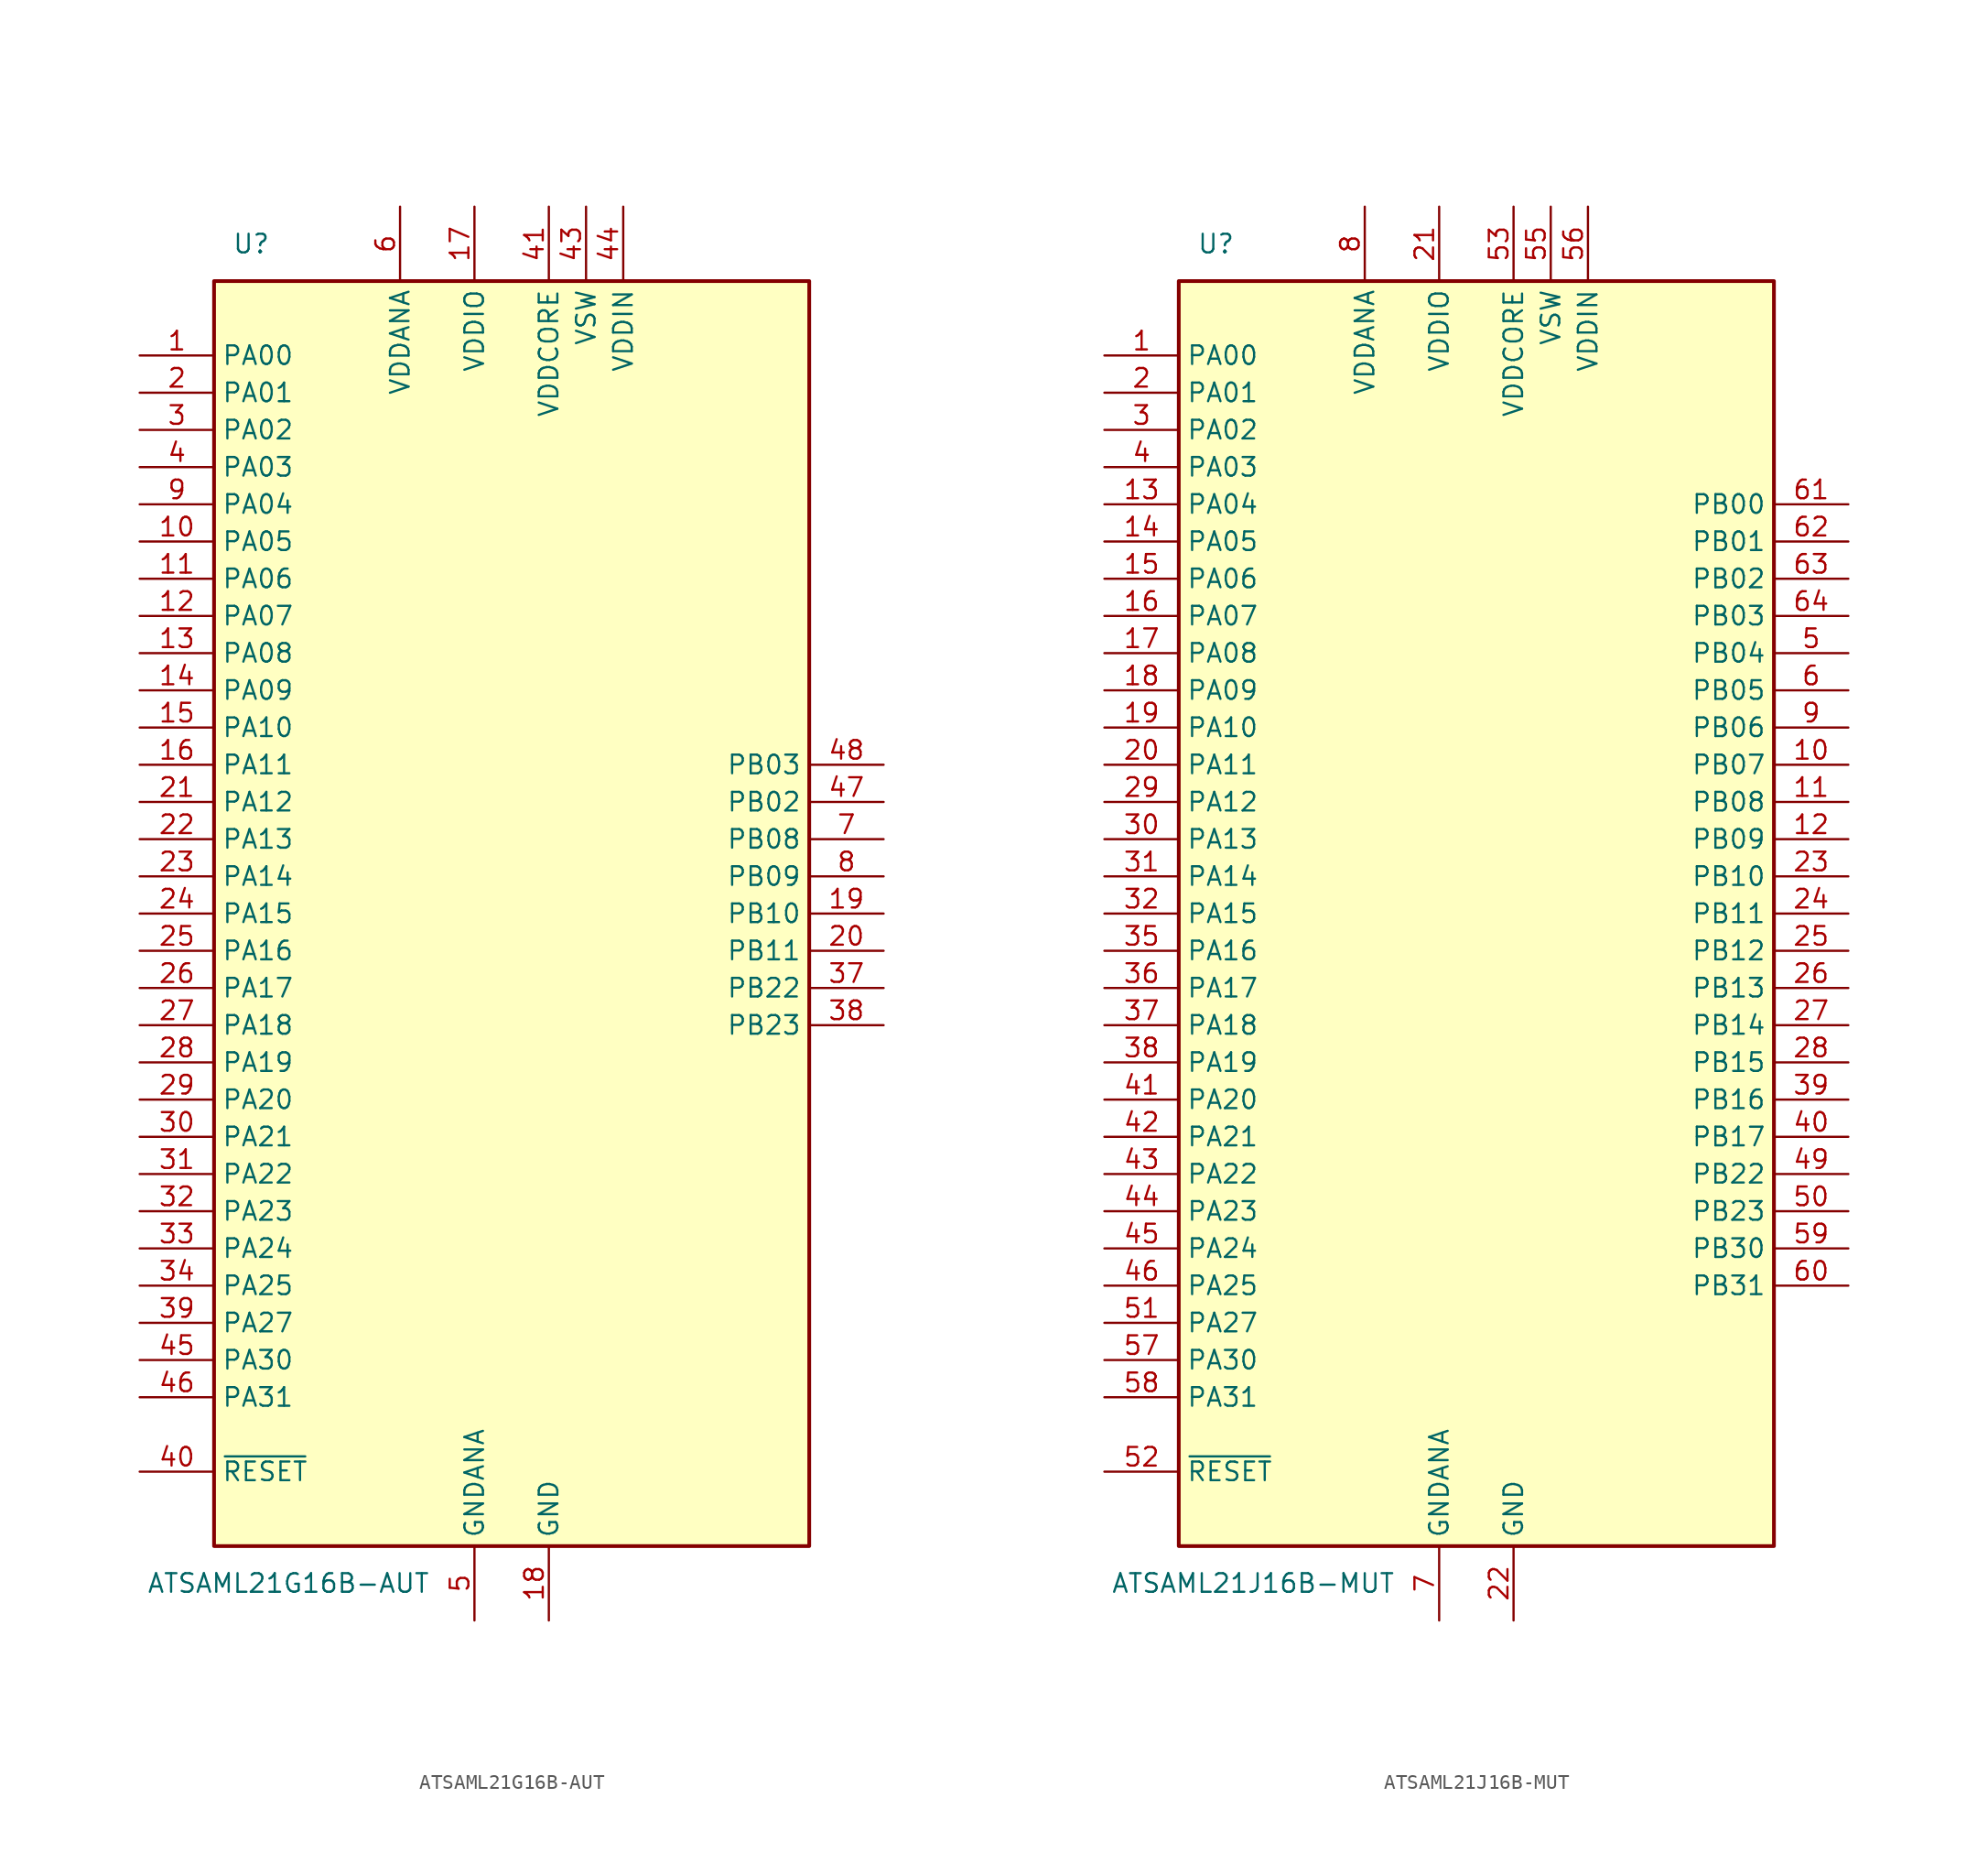
<source format=kicad_sym>
(kicad_symbol_lib
  (version 20220914)
  (generator kicad_symbol_editor)
  (symbol "ATSAML21G16B-AUT"
    (property "Reference" "U"
      (at -17.78 45.72 0)
      (effects (font (size 1.27 1.27))))
    (property "Value" "ATSAML21G16B-AUT"
      (at -15.24 -45.72 0)
      (effects (font (size 1.27 1.27))))
    (symbol "ATSAML21G16B-AUT_0_1"
      (rectangle (start -20.32 43.18) (end 20.32 -43.18) (stroke (width 0.254) (type default)) (fill (type background))))
    (symbol "ATSAML21G16B-AUT_1_1"
      (pin bidirectional line (at -25.4 38.1 0) (length 5.08) (name "PA00" (effects (font (size 1.27 1.27)))) (number "1" (effects (font (size 1.27 1.27)))))
      (pin bidirectional line (at -25.4 25.4 0) (length 5.08) (name "PA05" (effects (font (size 1.27 1.27)))) (number "10" (effects (font (size 1.27 1.27)))))
      (pin bidirectional line (at -25.4 22.86 0) (length 5.08) (name "PA06" (effects (font (size 1.27 1.27)))) (number "11" (effects (font (size 1.27 1.27)))))
      (pin bidirectional line (at -25.4 20.32 0) (length 5.08) (name "PA07" (effects (font (size 1.27 1.27)))) (number "12" (effects (font (size 1.27 1.27)))))
      (pin bidirectional line (at -25.4 17.78 0) (length 5.08) (name "PA08" (effects (font (size 1.27 1.27)))) (number "13" (effects (font (size 1.27 1.27)))))
      (pin bidirectional line (at -25.4 15.24 0) (length 5.08) (name "PA09" (effects (font (size 1.27 1.27)))) (number "14" (effects (font (size 1.27 1.27)))))
      (pin bidirectional line (at -25.4 12.7 0) (length 5.08) (name "PA10" (effects (font (size 1.27 1.27)))) (number "15" (effects (font (size 1.27 1.27)))))
      (pin bidirectional line (at -25.4 10.16 0) (length 5.08) (name "PA11" (effects (font (size 1.27 1.27)))) (number "16" (effects (font (size 1.27 1.27)))))
      (pin power_in line (at -2.54 48.26 270) (length 5.08) (name "VDDIO" (effects (font (size 1.27 1.27)))) (number "17" (effects (font (size 1.27 1.27)))))
      (pin power_in line (at 2.54 -48.26 90) (length 5.08) (name "GND" (effects (font (size 1.27 1.27)))) (number "18" (effects (font (size 1.27 1.27)))))
      (pin bidirectional line (at 25.4 0 180) (length 5.08) (name "PB10" (effects (font (size 1.27 1.27)))) (number "19" (effects (font (size 1.27 1.27)))))
      (pin bidirectional line (at -25.4 35.56 0) (length 5.08) (name "PA01" (effects (font (size 1.27 1.27)))) (number "2" (effects (font (size 1.27 1.27)))))
      (pin bidirectional line (at 25.4 -2.54 180) (length 5.08) (name "PB11" (effects (font (size 1.27 1.27)))) (number "20" (effects (font (size 1.27 1.27)))))
      (pin bidirectional line (at -25.4 7.62 0) (length 5.08) (name "PA12" (effects (font (size 1.27 1.27)))) (number "21" (effects (font (size 1.27 1.27)))))
      (pin bidirectional line (at -25.4 5.08 0) (length 5.08) (name "PA13" (effects (font (size 1.27 1.27)))) (number "22" (effects (font (size 1.27 1.27)))))
      (pin bidirectional line (at -25.4 2.54 0) (length 5.08) (name "PA14" (effects (font (size 1.27 1.27)))) (number "23" (effects (font (size 1.27 1.27)))))
      (pin bidirectional line (at -25.4 0 0) (length 5.08) (name "PA15" (effects (font (size 1.27 1.27)))) (number "24" (effects (font (size 1.27 1.27)))))
      (pin bidirectional line (at -25.4 -2.54 0) (length 5.08) (name "PA16" (effects (font (size 1.27 1.27)))) (number "25" (effects (font (size 1.27 1.27)))))
      (pin bidirectional line (at -25.4 -5.08 0) (length 5.08) (name "PA17" (effects (font (size 1.27 1.27)))) (number "26" (effects (font (size 1.27 1.27)))))
      (pin bidirectional line (at -25.4 -7.62 0) (length 5.08) (name "PA18" (effects (font (size 1.27 1.27)))) (number "27" (effects (font (size 1.27 1.27)))))
      (pin bidirectional line (at -25.4 -10.16 0) (length 5.08) (name "PA19" (effects (font (size 1.27 1.27)))) (number "28" (effects (font (size 1.27 1.27)))))
      (pin bidirectional line (at -25.4 -12.7 0) (length 5.08) (name "PA20" (effects (font (size 1.27 1.27)))) (number "29" (effects (font (size 1.27 1.27)))))
      (pin bidirectional line (at -25.4 33.02 0) (length 5.08) (name "PA02" (effects (font (size 1.27 1.27)))) (number "3" (effects (font (size 1.27 1.27)))))
      (pin bidirectional line (at -25.4 -15.24 0) (length 5.08) (name "PA21" (effects (font (size 1.27 1.27)))) (number "30" (effects (font (size 1.27 1.27)))))
      (pin bidirectional line (at -25.4 -17.78 0) (length 5.08) (name "PA22" (effects (font (size 1.27 1.27)))) (number "31" (effects (font (size 1.27 1.27)))))
      (pin bidirectional line (at -25.4 -20.32 0) (length 5.08) (name "PA23" (effects (font (size 1.27 1.27)))) (number "32" (effects (font (size 1.27 1.27)))))
      (pin bidirectional line (at -25.4 -22.86 0) (length 5.08) (name "PA24" (effects (font (size 1.27 1.27)))) (number "33" (effects (font (size 1.27 1.27)))))
      (pin bidirectional line (at -25.4 -25.4 0) (length 5.08) (name "PA25" (effects (font (size 1.27 1.27)))) (number "34" (effects (font (size 1.27 1.27)))))
      (pin passive line (at 2.54 -48.26 90) (length 5.08) hide (name "GND" (effects (font (size 1.27 1.27)))) (number "35" (effects (font (size 1.27 1.27)))))
      (pin passive line (at -2.54 48.26 270) (length 5.08) hide (name "VDDIO" (effects (font (size 1.27 1.27)))) (number "36" (effects (font (size 1.27 1.27)))))
      (pin bidirectional line (at 25.4 -5.08 180) (length 5.08) (name "PB22" (effects (font (size 1.27 1.27)))) (number "37" (effects (font (size 1.27 1.27)))))
      (pin bidirectional line (at 25.4 -7.62 180) (length 5.08) (name "PB23" (effects (font (size 1.27 1.27)))) (number "38" (effects (font (size 1.27 1.27)))))
      (pin bidirectional line (at -25.4 -27.94 0) (length 5.08) (name "PA27" (effects (font (size 1.27 1.27)))) (number "39" (effects (font (size 1.27 1.27)))))
      (pin bidirectional line (at -25.4 30.48 0) (length 5.08) (name "PA03" (effects (font (size 1.27 1.27)))) (number "4" (effects (font (size 1.27 1.27)))))
      (pin input line (at -25.4 -38.1 0) (length 5.08) (name "~{RESET}" (effects (font (size 1.27 1.27)))) (number "40" (effects (font (size 1.27 1.27)))))
      (pin bidirectional line (at 2.54 48.26 270) (length 5.08) (name "VDDCORE" (effects (font (size 1.27 1.27)))) (number "41" (effects (font (size 1.27 1.27)))))
      (pin passive line (at 2.54 -48.26 90) (length 5.08) hide (name "GND" (effects (font (size 1.27 1.27)))) (number "42" (effects (font (size 1.27 1.27)))))
      (pin bidirectional line (at 5.08 48.26 270) (length 5.08) (name "VSW" (effects (font (size 1.27 1.27)))) (number "43" (effects (font (size 1.27 1.27)))))
      (pin bidirectional line (at 7.62 48.26 270) (length 5.08) (name "VDDIN" (effects (font (size 1.27 1.27)))) (number "44" (effects (font (size 1.27 1.27)))))
      (pin bidirectional line (at -25.4 -30.48 0) (length 5.08) (name "PA30" (effects (font (size 1.27 1.27)))) (number "45" (effects (font (size 1.27 1.27)))))
      (pin bidirectional line (at -25.4 -33.02 0) (length 5.08) (name "PA31" (effects (font (size 1.27 1.27)))) (number "46" (effects (font (size 1.27 1.27)))))
      (pin bidirectional line (at 25.4 7.62 180) (length 5.08) (name "PB02" (effects (font (size 1.27 1.27)))) (number "47" (effects (font (size 1.27 1.27)))))
      (pin bidirectional line (at 25.4 10.16 180) (length 5.08) (name "PB03" (effects (font (size 1.27 1.27)))) (number "48" (effects (font (size 1.27 1.27)))))
      (pin power_in line (at -2.54 -48.26 90) (length 5.08) (name "GNDANA" (effects (font (size 1.27 1.27)))) (number "5" (effects (font (size 1.27 1.27)))))
      (pin bidirectional line (at -7.62 48.26 270) (length 5.08) (name "VDDANA" (effects (font (size 1.27 1.27)))) (number "6" (effects (font (size 1.27 1.27)))))
      (pin bidirectional line (at 25.4 5.08 180) (length 5.08) (name "PB08" (effects (font (size 1.27 1.27)))) (number "7" (effects (font (size 1.27 1.27)))))
      (pin bidirectional line (at 25.4 2.54 180) (length 5.08) (name "PB09" (effects (font (size 1.27 1.27)))) (number "8" (effects (font (size 1.27 1.27)))))
      (pin bidirectional line (at -25.4 27.94 0) (length 5.08) (name "PA04" (effects (font (size 1.27 1.27)))) (number "9" (effects (font (size 1.27 1.27)))))))
  (symbol "ATSAML21J16B-MUT"
    (property "Reference" "U"
      (at -17.78 45.72 0)
      (effects (font (size 1.27 1.27))))
    (property "Value" "ATSAML21J16B-MUT"
      (at -15.24 -45.72 0)
      (effects (font (size 1.27 1.27))))
    (symbol "ATSAML21J16B-MUT_0_1"
      (rectangle (start -20.32 43.18) (end 20.32 -43.18) (stroke (width 0.254) (type default)) (fill (type background))))
    (symbol "ATSAML21J16B-MUT_1_1"
      (pin bidirectional line (at -25.4 38.1 0) (length 5.08) (name "PA00" (effects (font (size 1.27 1.27)))) (number "1" (effects (font (size 1.27 1.27)))))
      (pin bidirectional line (at 25.4 10.16 180) (length 5.08) (name "PB07" (effects (font (size 1.27 1.27)))) (number "10" (effects (font (size 1.27 1.27)))))
      (pin bidirectional line (at 25.4 7.62 180) (length 5.08) (name "PB08" (effects (font (size 1.27 1.27)))) (number "11" (effects (font (size 1.27 1.27)))))
      (pin bidirectional line (at 25.4 5.08 180) (length 5.08) (name "PB09" (effects (font (size 1.27 1.27)))) (number "12" (effects (font (size 1.27 1.27)))))
      (pin bidirectional line (at -25.4 27.94 0) (length 5.08) (name "PA04" (effects (font (size 1.27 1.27)))) (number "13" (effects (font (size 1.27 1.27)))))
      (pin bidirectional line (at -25.4 25.4 0) (length 5.08) (name "PA05" (effects (font (size 1.27 1.27)))) (number "14" (effects (font (size 1.27 1.27)))))
      (pin bidirectional line (at -25.4 22.86 0) (length 5.08) (name "PA06" (effects (font (size 1.27 1.27)))) (number "15" (effects (font (size 1.27 1.27)))))
      (pin bidirectional line (at -25.4 20.32 0) (length 5.08) (name "PA07" (effects (font (size 1.27 1.27)))) (number "16" (effects (font (size 1.27 1.27)))))
      (pin bidirectional line (at -25.4 17.78 0) (length 5.08) (name "PA08" (effects (font (size 1.27 1.27)))) (number "17" (effects (font (size 1.27 1.27)))))
      (pin bidirectional line (at -25.4 15.24 0) (length 5.08) (name "PA09" (effects (font (size 1.27 1.27)))) (number "18" (effects (font (size 1.27 1.27)))))
      (pin bidirectional line (at -25.4 12.7 0) (length 5.08) (name "PA10" (effects (font (size 1.27 1.27)))) (number "19" (effects (font (size 1.27 1.27)))))
      (pin bidirectional line (at -25.4 35.56 0) (length 5.08) (name "PA01" (effects (font (size 1.27 1.27)))) (number "2" (effects (font (size 1.27 1.27)))))
      (pin bidirectional line (at -25.4 10.16 0) (length 5.08) (name "PA11" (effects (font (size 1.27 1.27)))) (number "20" (effects (font (size 1.27 1.27)))))
      (pin power_in line (at -2.54 48.26 270) (length 5.08) (name "VDDIO" (effects (font (size 1.27 1.27)))) (number "21" (effects (font (size 1.27 1.27)))))
      (pin power_in line (at 2.54 -48.26 90) (length 5.08) (name "GND" (effects (font (size 1.27 1.27)))) (number "22" (effects (font (size 1.27 1.27)))))
      (pin bidirectional line (at 25.4 2.54 180) (length 5.08) (name "PB10" (effects (font (size 1.27 1.27)))) (number "23" (effects (font (size 1.27 1.27)))))
      (pin bidirectional line (at 25.4 0 180) (length 5.08) (name "PB11" (effects (font (size 1.27 1.27)))) (number "24" (effects (font (size 1.27 1.27)))))
      (pin bidirectional line (at 25.4 -2.54 180) (length 5.08) (name "PB12" (effects (font (size 1.27 1.27)))) (number "25" (effects (font (size 1.27 1.27)))))
      (pin bidirectional line (at 25.4 -5.08 180) (length 5.08) (name "PB13" (effects (font (size 1.27 1.27)))) (number "26" (effects (font (size 1.27 1.27)))))
      (pin bidirectional line (at 25.4 -7.62 180) (length 5.08) (name "PB14" (effects (font (size 1.27 1.27)))) (number "27" (effects (font (size 1.27 1.27)))))
      (pin bidirectional line (at 25.4 -10.16 180) (length 5.08) (name "PB15" (effects (font (size 1.27 1.27)))) (number "28" (effects (font (size 1.27 1.27)))))
      (pin bidirectional line (at -25.4 7.62 0) (length 5.08) (name "PA12" (effects (font (size 1.27 1.27)))) (number "29" (effects (font (size 1.27 1.27)))))
      (pin bidirectional line (at -25.4 33.02 0) (length 5.08) (name "PA02" (effects (font (size 1.27 1.27)))) (number "3" (effects (font (size 1.27 1.27)))))
      (pin bidirectional line (at -25.4 5.08 0) (length 5.08) (name "PA13" (effects (font (size 1.27 1.27)))) (number "30" (effects (font (size 1.27 1.27)))))
      (pin bidirectional line (at -25.4 2.54 0) (length 5.08) (name "PA14" (effects (font (size 1.27 1.27)))) (number "31" (effects (font (size 1.27 1.27)))))
      (pin bidirectional line (at -25.4 0 0) (length 5.08) (name "PA15" (effects (font (size 1.27 1.27)))) (number "32" (effects (font (size 1.27 1.27)))))
      (pin passive line (at 2.54 -48.26 90) (length 5.08) hide (name "GND" (effects (font (size 1.27 1.27)))) (number "33" (effects (font (size 1.27 1.27)))))
      (pin passive line (at -2.54 48.26 270) (length 5.08) hide (name "VDDIO" (effects (font (size 1.27 1.27)))) (number "34" (effects (font (size 1.27 1.27)))))
      (pin bidirectional line (at -25.4 -2.54 0) (length 5.08) (name "PA16" (effects (font (size 1.27 1.27)))) (number "35" (effects (font (size 1.27 1.27)))))
      (pin bidirectional line (at -25.4 -5.08 0) (length 5.08) (name "PA17" (effects (font (size 1.27 1.27)))) (number "36" (effects (font (size 1.27 1.27)))))
      (pin bidirectional line (at -25.4 -7.62 0) (length 5.08) (name "PA18" (effects (font (size 1.27 1.27)))) (number "37" (effects (font (size 1.27 1.27)))))
      (pin bidirectional line (at -25.4 -10.16 0) (length 5.08) (name "PA19" (effects (font (size 1.27 1.27)))) (number "38" (effects (font (size 1.27 1.27)))))
      (pin bidirectional line (at 25.4 -12.7 180) (length 5.08) (name "PB16" (effects (font (size 1.27 1.27)))) (number "39" (effects (font (size 1.27 1.27)))))
      (pin bidirectional line (at -25.4 30.48 0) (length 5.08) (name "PA03" (effects (font (size 1.27 1.27)))) (number "4" (effects (font (size 1.27 1.27)))))
      (pin bidirectional line (at 25.4 -15.24 180) (length 5.08) (name "PB17" (effects (font (size 1.27 1.27)))) (number "40" (effects (font (size 1.27 1.27)))))
      (pin bidirectional line (at -25.4 -12.7 0) (length 5.08) (name "PA20" (effects (font (size 1.27 1.27)))) (number "41" (effects (font (size 1.27 1.27)))))
      (pin bidirectional line (at -25.4 -15.24 0) (length 5.08) (name "PA21" (effects (font (size 1.27 1.27)))) (number "42" (effects (font (size 1.27 1.27)))))
      (pin bidirectional line (at -25.4 -17.78 0) (length 5.08) (name "PA22" (effects (font (size 1.27 1.27)))) (number "43" (effects (font (size 1.27 1.27)))))
      (pin bidirectional line (at -25.4 -20.32 0) (length 5.08) (name "PA23" (effects (font (size 1.27 1.27)))) (number "44" (effects (font (size 1.27 1.27)))))
      (pin bidirectional line (at -25.4 -22.86 0) (length 5.08) (name "PA24" (effects (font (size 1.27 1.27)))) (number "45" (effects (font (size 1.27 1.27)))))
      (pin bidirectional line (at -25.4 -25.4 0) (length 5.08) (name "PA25" (effects (font (size 1.27 1.27)))) (number "46" (effects (font (size 1.27 1.27)))))
      (pin passive line (at 2.54 -48.26 90) (length 5.08) hide (name "GND" (effects (font (size 1.27 1.27)))) (number "47" (effects (font (size 1.27 1.27)))))
      (pin passive line (at -2.54 48.26 270) (length 5.08) hide (name "VDDIO" (effects (font (size 1.27 1.27)))) (number "48" (effects (font (size 1.27 1.27)))))
      (pin bidirectional line (at 25.4 -17.78 180) (length 5.08) (name "PB22" (effects (font (size 1.27 1.27)))) (number "49" (effects (font (size 1.27 1.27)))))
      (pin bidirectional line (at 25.4 17.78 180) (length 5.08) (name "PB04" (effects (font (size 1.27 1.27)))) (number "5" (effects (font (size 1.27 1.27)))))
      (pin bidirectional line (at 25.4 -20.32 180) (length 5.08) (name "PB23" (effects (font (size 1.27 1.27)))) (number "50" (effects (font (size 1.27 1.27)))))
      (pin bidirectional line (at -25.4 -27.94 0) (length 5.08) (name "PA27" (effects (font (size 1.27 1.27)))) (number "51" (effects (font (size 1.27 1.27)))))
      (pin input line (at -25.4 -38.1 0) (length 5.08) (name "~{RESET}" (effects (font (size 1.27 1.27)))) (number "52" (effects (font (size 1.27 1.27)))))
      (pin power_in line (at 2.54 48.26 270) (length 5.08) (name "VDDCORE" (effects (font (size 1.27 1.27)))) (number "53" (effects (font (size 1.27 1.27)))))
      (pin passive line (at 2.54 -48.26 90) (length 5.08) hide (name "GND" (effects (font (size 1.27 1.27)))) (number "54" (effects (font (size 1.27 1.27)))))
      (pin power_out line (at 5.08 48.26 270) (length 5.08) (name "VSW" (effects (font (size 1.27 1.27)))) (number "55" (effects (font (size 1.27 1.27)))))
      (pin power_in line (at 7.62 48.26 270) (length 5.08) (name "VDDIN" (effects (font (size 1.27 1.27)))) (number "56" (effects (font (size 1.27 1.27)))))
      (pin bidirectional line (at -25.4 -30.48 0) (length 5.08) (name "PA30" (effects (font (size 1.27 1.27)))) (number "57" (effects (font (size 1.27 1.27)))))
      (pin bidirectional line (at -25.4 -33.02 0) (length 5.08) (name "PA31" (effects (font (size 1.27 1.27)))) (number "58" (effects (font (size 1.27 1.27)))))
      (pin bidirectional line (at 25.4 -22.86 180) (length 5.08) (name "PB30" (effects (font (size 1.27 1.27)))) (number "59" (effects (font (size 1.27 1.27)))))
      (pin bidirectional line (at 25.4 15.24 180) (length 5.08) (name "PB05" (effects (font (size 1.27 1.27)))) (number "6" (effects (font (size 1.27 1.27)))))
      (pin bidirectional line (at 25.4 -25.4 180) (length 5.08) (name "PB31" (effects (font (size 1.27 1.27)))) (number "60" (effects (font (size 1.27 1.27)))))
      (pin bidirectional line (at 25.4 27.94 180) (length 5.08) (name "PB00" (effects (font (size 1.27 1.27)))) (number "61" (effects (font (size 1.27 1.27)))))
      (pin bidirectional line (at 25.4 25.4 180) (length 5.08) (name "PB01" (effects (font (size 1.27 1.27)))) (number "62" (effects (font (size 1.27 1.27)))))
      (pin bidirectional line (at 25.4 22.86 180) (length 5.08) (name "PB02" (effects (font (size 1.27 1.27)))) (number "63" (effects (font (size 1.27 1.27)))))
      (pin bidirectional line (at 25.4 20.32 180) (length 5.08) (name "PB03" (effects (font (size 1.27 1.27)))) (number "64" (effects (font (size 1.27 1.27)))))
      (pin power_in line (at -2.54 -48.26 90) (length 5.08) (name "GNDANA" (effects (font (size 1.27 1.27)))) (number "7" (effects (font (size 1.27 1.27)))))
      (pin power_in line (at -7.62 48.26 270) (length 5.08) (name "VDDANA" (effects (font (size 1.27 1.27)))) (number "8" (effects (font (size 1.27 1.27)))))
      (pin bidirectional line (at 25.4 12.7 180) (length 5.08) (name "PB06" (effects (font (size 1.27 1.27)))) (number "9" (effects (font (size 1.27 1.27))))))))
</source>
